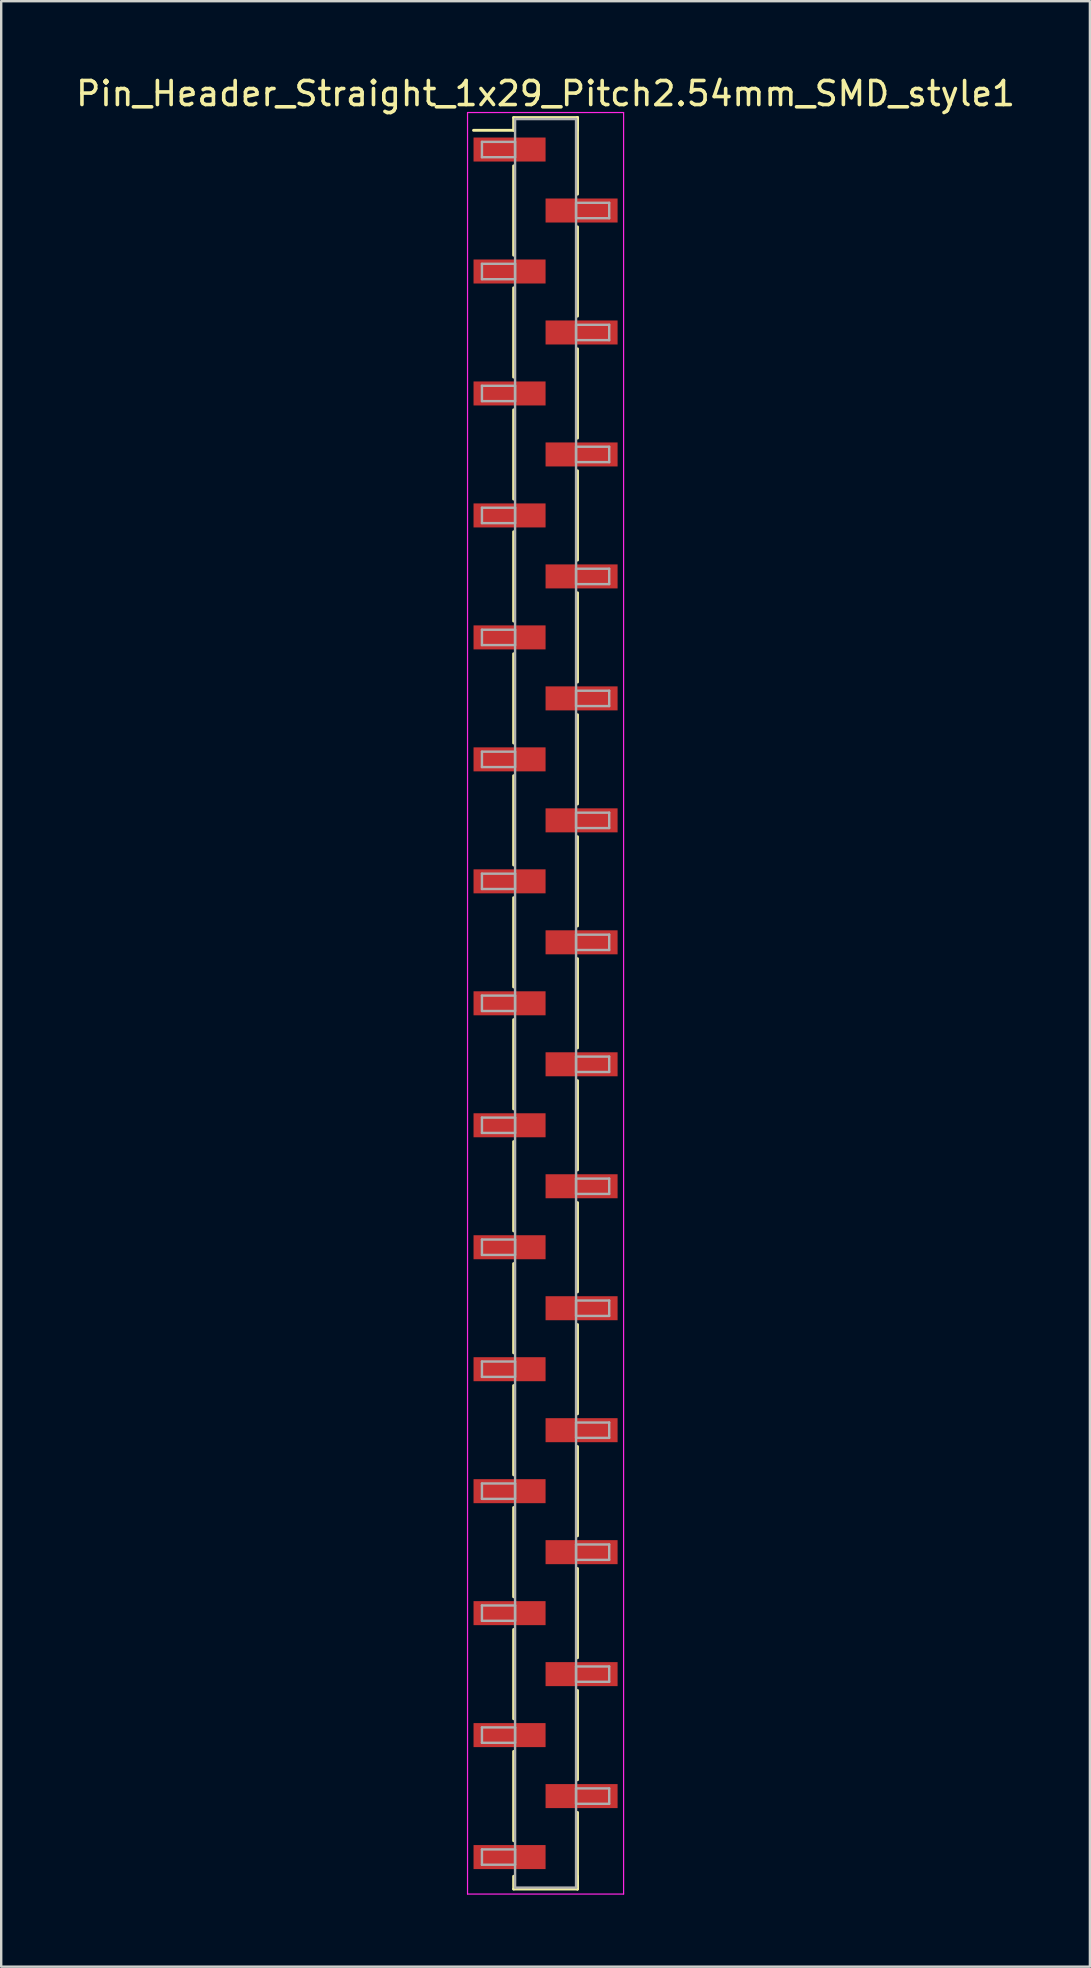
<source format=kicad_pcb>
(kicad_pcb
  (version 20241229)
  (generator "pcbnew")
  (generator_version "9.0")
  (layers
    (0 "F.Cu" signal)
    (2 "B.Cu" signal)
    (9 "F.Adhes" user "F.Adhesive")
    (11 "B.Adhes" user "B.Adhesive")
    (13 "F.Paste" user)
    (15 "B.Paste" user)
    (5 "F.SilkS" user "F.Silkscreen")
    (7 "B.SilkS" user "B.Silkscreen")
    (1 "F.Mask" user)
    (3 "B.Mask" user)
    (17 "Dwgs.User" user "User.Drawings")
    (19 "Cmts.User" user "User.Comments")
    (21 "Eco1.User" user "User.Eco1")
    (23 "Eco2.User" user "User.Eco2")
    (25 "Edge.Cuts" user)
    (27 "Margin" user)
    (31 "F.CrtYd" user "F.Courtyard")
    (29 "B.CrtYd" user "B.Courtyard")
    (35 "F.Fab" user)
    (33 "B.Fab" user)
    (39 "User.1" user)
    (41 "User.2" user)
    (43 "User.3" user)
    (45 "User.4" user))
  (footprint "Pin_Header_Straight_1x29_Pitch2.54mm_SMD_style1"
    (layer "F.Cu")
    (at 19.673 38.738)
    (property "Reference" "Pin_Header_Straight_1x29_Pitch2.54mm_SMD_style1" (at 0 -37.89 0) (layer "F.SilkS") (effects (font (size 1 1) (thickness 0.15))))
    (attr smd)
    (fp_line (start -1.33 -36.89) (end 1.33 -36.89) (stroke (width 0.12) (type solid)) (layer "F.SilkS"))
    (fp_line (start -1.33 -36.36) (end -3 -36.36) (stroke (width 0.12) (type solid)) (layer "F.SilkS"))
    (fp_line (start -1.33 -36.36) (end -1.33 -36.89) (stroke (width 0.12) (type solid)) (layer "F.SilkS"))
    (fp_line (start -1.33 -34.88) (end -1.33 -31.16) (stroke (width 0.12) (type solid)) (layer "F.SilkS"))
    (fp_line (start -1.33 -29.8) (end -1.33 -26.08) (stroke (width 0.12) (type solid)) (layer "F.SilkS"))
    (fp_line (start -1.33 -24.72) (end -1.33 -21) (stroke (width 0.12) (type solid)) (layer "F.SilkS"))
    (fp_line (start -1.33 -19.64) (end -1.33 -15.92) (stroke (width 0.12) (type solid)) (layer "F.SilkS"))
    (fp_line (start -1.33 -14.56) (end -1.33 -10.84) (stroke (width 0.12) (type solid)) (layer "F.SilkS"))
    (fp_line (start -1.33 -9.48) (end -1.33 -5.76) (stroke (width 0.12) (type solid)) (layer "F.SilkS"))
    (fp_line (start -1.33 -4.4) (end -1.33 -0.68) (stroke (width 0.12) (type solid)) (layer "F.SilkS"))
    (fp_line (start -1.33 0.68) (end -1.33 4.4) (stroke (width 0.12) (type solid)) (layer "F.SilkS"))
    (fp_line (start -1.33 5.76) (end -1.33 9.48) (stroke (width 0.12) (type solid)) (layer "F.SilkS"))
    (fp_line (start -1.33 10.84) (end -1.33 14.56) (stroke (width 0.12) (type solid)) (layer "F.SilkS"))
    (fp_line (start -1.33 15.92) (end -1.33 19.64) (stroke (width 0.12) (type solid)) (layer "F.SilkS"))
    (fp_line (start -1.33 21) (end -1.33 24.72) (stroke (width 0.12) (type solid)) (layer "F.SilkS"))
    (fp_line (start -1.33 26.08) (end -1.33 29.8) (stroke (width 0.12) (type solid)) (layer "F.SilkS"))
    (fp_line (start -1.33 31.16) (end -1.33 34.88) (stroke (width 0.12) (type solid)) (layer "F.SilkS"))
    (fp_line (start -1.33 36.36) (end -1.33 36.89) (stroke (width 0.12) (type solid)) (layer "F.SilkS"))
    (fp_line (start -1.33 36.89) (end 1.33 36.89) (stroke (width 0.12) (type solid)) (layer "F.SilkS"))
    (fp_line (start 1.33 -36.89) (end 1.33 -36.36) (stroke (width 0.12) (type solid)) (layer "F.SilkS"))
    (fp_line (start 1.33 -36.89) (end 1.33 -33.7) (stroke (width 0.12) (type solid)) (layer "F.SilkS"))
    (fp_line (start 1.33 -32.34) (end 1.33 -28.62) (stroke (width 0.12) (type solid)) (layer "F.SilkS"))
    (fp_line (start 1.33 -27.26) (end 1.33 -23.54) (stroke (width 0.12) (type solid)) (layer "F.SilkS"))
    (fp_line (start 1.33 -22.18) (end 1.33 -18.46) (stroke (width 0.12) (type solid)) (layer "F.SilkS"))
    (fp_line (start 1.33 -17.1) (end 1.33 -13.38) (stroke (width 0.12) (type solid)) (layer "F.SilkS"))
    (fp_line (start 1.33 -12.02) (end 1.33 -8.3) (stroke (width 0.12) (type solid)) (layer "F.SilkS"))
    (fp_line (start 1.33 -6.94) (end 1.33 -3.22) (stroke (width 0.12) (type solid)) (layer "F.SilkS"))
    (fp_line (start 1.33 -1.86) (end 1.33 1.86) (stroke (width 0.12) (type solid)) (layer "F.SilkS"))
    (fp_line (start 1.33 3.22) (end 1.33 6.94) (stroke (width 0.12) (type solid)) (layer "F.SilkS"))
    (fp_line (start 1.33 8.3) (end 1.33 12.02) (stroke (width 0.12) (type solid)) (layer "F.SilkS"))
    (fp_line (start 1.33 13.38) (end 1.33 17.1) (stroke (width 0.12) (type solid)) (layer "F.SilkS"))
    (fp_line (start 1.33 18.46) (end 1.33 22.18) (stroke (width 0.12) (type solid)) (layer "F.SilkS"))
    (fp_line (start 1.33 23.54) (end 1.33 27.26) (stroke (width 0.12) (type solid)) (layer "F.SilkS"))
    (fp_line (start 1.33 28.62) (end 1.33 32.34) (stroke (width 0.12) (type solid)) (layer "F.SilkS"))
    (fp_line (start 1.33 33.7) (end 1.33 36.89) (stroke (width 0.12) (type solid)) (layer "F.SilkS"))
    (fp_line (start 1.33 36.89) (end 1.33 36.36) (stroke (width 0.12) (type solid)) (layer "F.SilkS"))
    (fp_line (start -3.25 -37.1) (end -3.25 37.1) (stroke (width 0.05) (type solid)) (layer "F.CrtYd"))
    (fp_line (start -3.25 37.1) (end 3.25 37.1) (stroke (width 0.05) (type solid)) (layer "F.CrtYd"))
    (fp_line (start 3.25 -37.1) (end -3.25 -37.1) (stroke (width 0.05) (type solid)) (layer "F.CrtYd"))
    (fp_line (start 3.25 37.1) (end 3.25 -37.1) (stroke (width 0.05) (type solid)) (layer "F.CrtYd"))
    (fp_line (start -2.65 -35.88) (end -1.27 -35.88) (stroke (width 0.1) (type solid)) (layer "F.Fab"))
    (fp_line (start -2.65 -35.24) (end -2.65 -35.88) (stroke (width 0.1) (type solid)) (layer "F.Fab"))
    (fp_line (start -2.65 -30.8) (end -1.27 -30.8) (stroke (width 0.1) (type solid)) (layer "F.Fab"))
    (fp_line (start -2.65 -30.16) (end -2.65 -30.8) (stroke (width 0.1) (type solid)) (layer "F.Fab"))
    (fp_line (start -2.65 -25.72) (end -1.27 -25.72) (stroke (width 0.1) (type solid)) (layer "F.Fab"))
    (fp_line (start -2.65 -25.08) (end -2.65 -25.72) (stroke (width 0.1) (type solid)) (layer "F.Fab"))
    (fp_line (start -2.65 -20.64) (end -1.27 -20.64) (stroke (width 0.1) (type solid)) (layer "F.Fab"))
    (fp_line (start -2.65 -20) (end -2.65 -20.64) (stroke (width 0.1) (type solid)) (layer "F.Fab"))
    (fp_line (start -2.65 -15.56) (end -1.27 -15.56) (stroke (width 0.1) (type solid)) (layer "F.Fab"))
    (fp_line (start -2.65 -14.92) (end -2.65 -15.56) (stroke (width 0.1) (type solid)) (layer "F.Fab"))
    (fp_line (start -2.65 -10.48) (end -1.27 -10.48) (stroke (width 0.1) (type solid)) (layer "F.Fab"))
    (fp_line (start -2.65 -9.84) (end -2.65 -10.48) (stroke (width 0.1) (type solid)) (layer "F.Fab"))
    (fp_line (start -2.65 -5.4) (end -1.27 -5.4) (stroke (width 0.1) (type solid)) (layer "F.Fab"))
    (fp_line (start -2.65 -4.76) (end -2.65 -5.4) (stroke (width 0.1) (type solid)) (layer "F.Fab"))
    (fp_line (start -2.65 -0.32) (end -1.27 -0.32) (stroke (width 0.1) (type solid)) (layer "F.Fab"))
    (fp_line (start -2.65 0.32) (end -2.65 -0.32) (stroke (width 0.1) (type solid)) (layer "F.Fab"))
    (fp_line (start -2.65 4.76) (end -1.27 4.76) (stroke (width 0.1) (type solid)) (layer "F.Fab"))
    (fp_line (start -2.65 5.4) (end -2.65 4.76) (stroke (width 0.1) (type solid)) (layer "F.Fab"))
    (fp_line (start -2.65 9.84) (end -1.27 9.84) (stroke (width 0.1) (type solid)) (layer "F.Fab"))
    (fp_line (start -2.65 10.48) (end -2.65 9.84) (stroke (width 0.1) (type solid)) (layer "F.Fab"))
    (fp_line (start -2.65 14.92) (end -1.27 14.92) (stroke (width 0.1) (type solid)) (layer "F.Fab"))
    (fp_line (start -2.65 15.56) (end -2.65 14.92) (stroke (width 0.1) (type solid)) (layer "F.Fab"))
    (fp_line (start -2.65 20) (end -1.27 20) (stroke (width 0.1) (type solid)) (layer "F.Fab"))
    (fp_line (start -2.65 20.64) (end -2.65 20) (stroke (width 0.1) (type solid)) (layer "F.Fab"))
    (fp_line (start -2.65 25.08) (end -1.27 25.08) (stroke (width 0.1) (type solid)) (layer "F.Fab"))
    (fp_line (start -2.65 25.72) (end -2.65 25.08) (stroke (width 0.1) (type solid)) (layer "F.Fab"))
    (fp_line (start -2.65 30.16) (end -1.27 30.16) (stroke (width 0.1) (type solid)) (layer "F.Fab"))
    (fp_line (start -2.65 30.8) (end -2.65 30.16) (stroke (width 0.1) (type solid)) (layer "F.Fab"))
    (fp_line (start -2.65 35.24) (end -1.27 35.24) (stroke (width 0.1) (type solid)) (layer "F.Fab"))
    (fp_line (start -2.65 35.88) (end -2.65 35.24) (stroke (width 0.1) (type solid)) (layer "F.Fab"))
    (fp_line (start -1.27 -36.83) (end -1.27 36.83) (stroke (width 0.1) (type solid)) (layer "F.Fab"))
    (fp_line (start -1.27 -35.88) (end -1.27 -35.24) (stroke (width 0.1) (type solid)) (layer "F.Fab"))
    (fp_line (start -1.27 -35.24) (end -2.65 -35.24) (stroke (width 0.1) (type solid)) (layer "F.Fab"))
    (fp_line (start -1.27 -30.8) (end -1.27 -30.16) (stroke (width 0.1) (type solid)) (layer "F.Fab"))
    (fp_line (start -1.27 -30.16) (end -2.65 -30.16) (stroke (width 0.1) (type solid)) (layer "F.Fab"))
    (fp_line (start -1.27 -25.72) (end -1.27 -25.08) (stroke (width 0.1) (type solid)) (layer "F.Fab"))
    (fp_line (start -1.27 -25.08) (end -2.65 -25.08) (stroke (width 0.1) (type solid)) (layer "F.Fab"))
    (fp_line (start -1.27 -20.64) (end -1.27 -20) (stroke (width 0.1) (type solid)) (layer "F.Fab"))
    (fp_line (start -1.27 -20) (end -2.65 -20) (stroke (width 0.1) (type solid)) (layer "F.Fab"))
    (fp_line (start -1.27 -15.56) (end -1.27 -14.92) (stroke (width 0.1) (type solid)) (layer "F.Fab"))
    (fp_line (start -1.27 -14.92) (end -2.65 -14.92) (stroke (width 0.1) (type solid)) (layer "F.Fab"))
    (fp_line (start -1.27 -10.48) (end -1.27 -9.84) (stroke (width 0.1) (type solid)) (layer "F.Fab"))
    (fp_line (start -1.27 -9.84) (end -2.65 -9.84) (stroke (width 0.1) (type solid)) (layer "F.Fab"))
    (fp_line (start -1.27 -5.4) (end -1.27 -4.76) (stroke (width 0.1) (type solid)) (layer "F.Fab"))
    (fp_line (start -1.27 -4.76) (end -2.65 -4.76) (stroke (width 0.1) (type solid)) (layer "F.Fab"))
    (fp_line (start -1.27 -0.32) (end -1.27 0.32) (stroke (width 0.1) (type solid)) (layer "F.Fab"))
    (fp_line (start -1.27 0.32) (end -2.65 0.32) (stroke (width 0.1) (type solid)) (layer "F.Fab"))
    (fp_line (start -1.27 4.76) (end -1.27 5.4) (stroke (width 0.1) (type solid)) (layer "F.Fab"))
    (fp_line (start -1.27 5.4) (end -2.65 5.4) (stroke (width 0.1) (type solid)) (layer "F.Fab"))
    (fp_line (start -1.27 9.84) (end -1.27 10.48) (stroke (width 0.1) (type solid)) (layer "F.Fab"))
    (fp_line (start -1.27 10.48) (end -2.65 10.48) (stroke (width 0.1) (type solid)) (layer "F.Fab"))
    (fp_line (start -1.27 14.92) (end -1.27 15.56) (stroke (width 0.1) (type solid)) (layer "F.Fab"))
    (fp_line (start -1.27 15.56) (end -2.65 15.56) (stroke (width 0.1) (type solid)) (layer "F.Fab"))
    (fp_line (start -1.27 20) (end -1.27 20.64) (stroke (width 0.1) (type solid)) (layer "F.Fab"))
    (fp_line (start -1.27 20.64) (end -2.65 20.64) (stroke (width 0.1) (type solid)) (layer "F.Fab"))
    (fp_line (start -1.27 25.08) (end -1.27 25.72) (stroke (width 0.1) (type solid)) (layer "F.Fab"))
    (fp_line (start -1.27 25.72) (end -2.65 25.72) (stroke (width 0.1) (type solid)) (layer "F.Fab"))
    (fp_line (start -1.27 30.16) (end -1.27 30.8) (stroke (width 0.1) (type solid)) (layer "F.Fab"))
    (fp_line (start -1.27 30.8) (end -2.65 30.8) (stroke (width 0.1) (type solid)) (layer "F.Fab"))
    (fp_line (start -1.27 35.24) (end -1.27 35.88) (stroke (width 0.1) (type solid)) (layer "F.Fab"))
    (fp_line (start -1.27 35.88) (end -2.65 35.88) (stroke (width 0.1) (type solid)) (layer "F.Fab"))
    (fp_line (start -1.27 36.83) (end 1.27 36.83) (stroke (width 0.1) (type solid)) (layer "F.Fab"))
    (fp_line (start 1.27 -36.83) (end -1.27 -36.83) (stroke (width 0.1) (type solid)) (layer "F.Fab"))
    (fp_line (start 1.27 -33.34) (end 1.27 -32.7) (stroke (width 0.1) (type solid)) (layer "F.Fab"))
    (fp_line (start 1.27 -32.7) (end 2.65 -32.7) (stroke (width 0.1) (type solid)) (layer "F.Fab"))
    (fp_line (start 1.27 -28.26) (end 1.27 -27.62) (stroke (width 0.1) (type solid)) (layer "F.Fab"))
    (fp_line (start 1.27 -27.62) (end 2.65 -27.62) (stroke (width 0.1) (type solid)) (layer "F.Fab"))
    (fp_line (start 1.27 -23.18) (end 1.27 -22.54) (stroke (width 0.1) (type solid)) (layer "F.Fab"))
    (fp_line (start 1.27 -22.54) (end 2.65 -22.54) (stroke (width 0.1) (type solid)) (layer "F.Fab"))
    (fp_line (start 1.27 -18.1) (end 1.27 -17.46) (stroke (width 0.1) (type solid)) (layer "F.Fab"))
    (fp_line (start 1.27 -17.46) (end 2.65 -17.46) (stroke (width 0.1) (type solid)) (layer "F.Fab"))
    (fp_line (start 1.27 -13.02) (end 1.27 -12.38) (stroke (width 0.1) (type solid)) (layer "F.Fab"))
    (fp_line (start 1.27 -12.38) (end 2.65 -12.38) (stroke (width 0.1) (type solid)) (layer "F.Fab"))
    (fp_line (start 1.27 -7.94) (end 1.27 -7.3) (stroke (width 0.1) (type solid)) (layer "F.Fab"))
    (fp_line (start 1.27 -7.3) (end 2.65 -7.3) (stroke (width 0.1) (type solid)) (layer "F.Fab"))
    (fp_line (start 1.27 -2.86) (end 1.27 -2.22) (stroke (width 0.1) (type solid)) (layer "F.Fab"))
    (fp_line (start 1.27 -2.22) (end 2.65 -2.22) (stroke (width 0.1) (type solid)) (layer "F.Fab"))
    (fp_line (start 1.27 2.22) (end 1.27 2.86) (stroke (width 0.1) (type solid)) (layer "F.Fab"))
    (fp_line (start 1.27 2.86) (end 2.65 2.86) (stroke (width 0.1) (type solid)) (layer "F.Fab"))
    (fp_line (start 1.27 7.3) (end 1.27 7.94) (stroke (width 0.1) (type solid)) (layer "F.Fab"))
    (fp_line (start 1.27 7.94) (end 2.65 7.94) (stroke (width 0.1) (type solid)) (layer "F.Fab"))
    (fp_line (start 1.27 12.38) (end 1.27 13.02) (stroke (width 0.1) (type solid)) (layer "F.Fab"))
    (fp_line (start 1.27 13.02) (end 2.65 13.02) (stroke (width 0.1) (type solid)) (layer "F.Fab"))
    (fp_line (start 1.27 17.46) (end 1.27 18.1) (stroke (width 0.1) (type solid)) (layer "F.Fab"))
    (fp_line (start 1.27 18.1) (end 2.65 18.1) (stroke (width 0.1) (type solid)) (layer "F.Fab"))
    (fp_line (start 1.27 22.54) (end 1.27 23.18) (stroke (width 0.1) (type solid)) (layer "F.Fab"))
    (fp_line (start 1.27 23.18) (end 2.65 23.18) (stroke (width 0.1) (type solid)) (layer "F.Fab"))
    (fp_line (start 1.27 27.62) (end 1.27 28.26) (stroke (width 0.1) (type solid)) (layer "F.Fab"))
    (fp_line (start 1.27 28.26) (end 2.65 28.26) (stroke (width 0.1) (type solid)) (layer "F.Fab"))
    (fp_line (start 1.27 32.7) (end 1.27 33.34) (stroke (width 0.1) (type solid)) (layer "F.Fab"))
    (fp_line (start 1.27 33.34) (end 2.65 33.34) (stroke (width 0.1) (type solid)) (layer "F.Fab"))
    (fp_line (start 1.27 36.83) (end 1.27 -36.83) (stroke (width 0.1) (type solid)) (layer "F.Fab"))
    (fp_line (start 2.65 -33.34) (end 1.27 -33.34) (stroke (width 0.1) (type solid)) (layer "F.Fab"))
    (fp_line (start 2.65 -32.7) (end 2.65 -33.34) (stroke (width 0.1) (type solid)) (layer "F.Fab"))
    (fp_line (start 2.65 -28.26) (end 1.27 -28.26) (stroke (width 0.1) (type solid)) (layer "F.Fab"))
    (fp_line (start 2.65 -27.62) (end 2.65 -28.26) (stroke (width 0.1) (type solid)) (layer "F.Fab"))
    (fp_line (start 2.65 -23.18) (end 1.27 -23.18) (stroke (width 0.1) (type solid)) (layer "F.Fab"))
    (fp_line (start 2.65 -22.54) (end 2.65 -23.18) (stroke (width 0.1) (type solid)) (layer "F.Fab"))
    (fp_line (start 2.65 -18.1) (end 1.27 -18.1) (stroke (width 0.1) (type solid)) (layer "F.Fab"))
    (fp_line (start 2.65 -17.46) (end 2.65 -18.1) (stroke (width 0.1) (type solid)) (layer "F.Fab"))
    (fp_line (start 2.65 -13.02) (end 1.27 -13.02) (stroke (width 0.1) (type solid)) (layer "F.Fab"))
    (fp_line (start 2.65 -12.38) (end 2.65 -13.02) (stroke (width 0.1) (type solid)) (layer "F.Fab"))
    (fp_line (start 2.65 -7.94) (end 1.27 -7.94) (stroke (width 0.1) (type solid)) (layer "F.Fab"))
    (fp_line (start 2.65 -7.3) (end 2.65 -7.94) (stroke (width 0.1) (type solid)) (layer "F.Fab"))
    (fp_line (start 2.65 -2.86) (end 1.27 -2.86) (stroke (width 0.1) (type solid)) (layer "F.Fab"))
    (fp_line (start 2.65 -2.22) (end 2.65 -2.86) (stroke (width 0.1) (type solid)) (layer "F.Fab"))
    (fp_line (start 2.65 2.22) (end 1.27 2.22) (stroke (width 0.1) (type solid)) (layer "F.Fab"))
    (fp_line (start 2.65 2.86) (end 2.65 2.22) (stroke (width 0.1) (type solid)) (layer "F.Fab"))
    (fp_line (start 2.65 7.3) (end 1.27 7.3) (stroke (width 0.1) (type solid)) (layer "F.Fab"))
    (fp_line (start 2.65 7.94) (end 2.65 7.3) (stroke (width 0.1) (type solid)) (layer "F.Fab"))
    (fp_line (start 2.65 12.38) (end 1.27 12.38) (stroke (width 0.1) (type solid)) (layer "F.Fab"))
    (fp_line (start 2.65 13.02) (end 2.65 12.38) (stroke (width 0.1) (type solid)) (layer "F.Fab"))
    (fp_line (start 2.65 17.46) (end 1.27 17.46) (stroke (width 0.1) (type solid)) (layer "F.Fab"))
    (fp_line (start 2.65 18.1) (end 2.65 17.46) (stroke (width 0.1) (type solid)) (layer "F.Fab"))
    (fp_line (start 2.65 22.54) (end 1.27 22.54) (stroke (width 0.1) (type solid)) (layer "F.Fab"))
    (fp_line (start 2.65 23.18) (end 2.65 22.54) (stroke (width 0.1) (type solid)) (layer "F.Fab"))
    (fp_line (start 2.65 27.62) (end 1.27 27.62) (stroke (width 0.1) (type solid)) (layer "F.Fab"))
    (fp_line (start 2.65 28.26) (end 2.65 27.62) (stroke (width 0.1) (type solid)) (layer "F.Fab"))
    (fp_line (start 2.65 32.7) (end 1.27 32.7) (stroke (width 0.1) (type solid)) (layer "F.Fab"))
    (fp_line (start 2.65 33.34) (end 2.65 32.7) (stroke (width 0.1) (type solid)) (layer "F.Fab"))
    (pad "1" smd rect (at -1.5 -35.56) (size 3 1) (layers "F.Cu" "F.Mask"))
    (pad "2" smd rect (at 1.5 -33.02) (size 3 1) (layers "F.Cu" "F.Mask"))
    (pad "3" smd rect (at -1.5 -30.48) (size 3 1) (layers "F.Cu" "F.Mask"))
    (pad "4" smd rect (at 1.5 -27.94) (size 3 1) (layers "F.Cu" "F.Mask"))
    (pad "5" smd rect (at -1.5 -25.4) (size 3 1) (layers "F.Cu" "F.Mask"))
    (pad "6" smd rect (at 1.5 -22.86) (size 3 1) (layers "F.Cu" "F.Mask"))
    (pad "7" smd rect (at -1.5 -20.32) (size 3 1) (layers "F.Cu" "F.Mask"))
    (pad "8" smd rect (at 1.5 -17.78) (size 3 1) (layers "F.Cu" "F.Mask"))
    (pad "9" smd rect (at -1.5 -15.24) (size 3 1) (layers "F.Cu" "F.Mask"))
    (pad "10" smd rect (at 1.5 -12.7) (size 3 1) (layers "F.Cu" "F.Mask"))
    (pad "11" smd rect (at -1.5 -10.16) (size 3 1) (layers "F.Cu" "F.Mask"))
    (pad "12" smd rect (at 1.5 -7.62) (size 3 1) (layers "F.Cu" "F.Mask"))
    (pad "13" smd rect (at -1.5 -5.08) (size 3 1) (layers "F.Cu" "F.Mask"))
    (pad "14" smd rect (at 1.5 -2.54) (size 3 1) (layers "F.Cu" "F.Mask"))
    (pad "15" smd rect (at -1.5 0) (size 3 1) (layers "F.Cu" "F.Mask"))
    (pad "16" smd rect (at 1.5 2.54) (size 3 1) (layers "F.Cu" "F.Mask"))
    (pad "17" smd rect (at -1.5 5.08) (size 3 1) (layers "F.Cu" "F.Mask"))
    (pad "18" smd rect (at 1.5 7.62) (size 3 1) (layers "F.Cu" "F.Mask"))
    (pad "19" smd rect (at -1.5 10.16) (size 3 1) (layers "F.Cu" "F.Mask"))
    (pad "20" smd rect (at 1.5 12.7) (size 3 1) (layers "F.Cu" "F.Mask"))
    (pad "21" smd rect (at -1.5 15.24) (size 3 1) (layers "F.Cu" "F.Mask"))
    (pad "22" smd rect (at 1.5 17.78) (size 3 1) (layers "F.Cu" "F.Mask"))
    (pad "23" smd rect (at -1.5 20.32) (size 3 1) (layers "F.Cu" "F.Mask"))
    (pad "24" smd rect (at 1.5 22.86) (size 3 1) (layers "F.Cu" "F.Mask"))
    (pad "25" smd rect (at -1.5 25.4) (size 3 1) (layers "F.Cu" "F.Mask"))
    (pad "26" smd rect (at 1.5 27.94) (size 3 1) (layers "F.Cu" "F.Mask"))
    (pad "27" smd rect (at -1.5 30.48) (size 3 1) (layers "F.Cu" "F.Mask"))
    (pad "28" smd rect (at 1.5 33.02) (size 3 1) (layers "F.Cu" "F.Mask"))
    (pad "29" smd rect (at -1.5 35.56) (size 3 1) (layers "F.Cu" "F.Mask")))
  (gr_rect
    (start -3 -3)
    (end 42.345 78.863)
    (stroke (width 0.1) (type default))
    (fill no)
    (layer "Edge.Cuts")))
</source>
